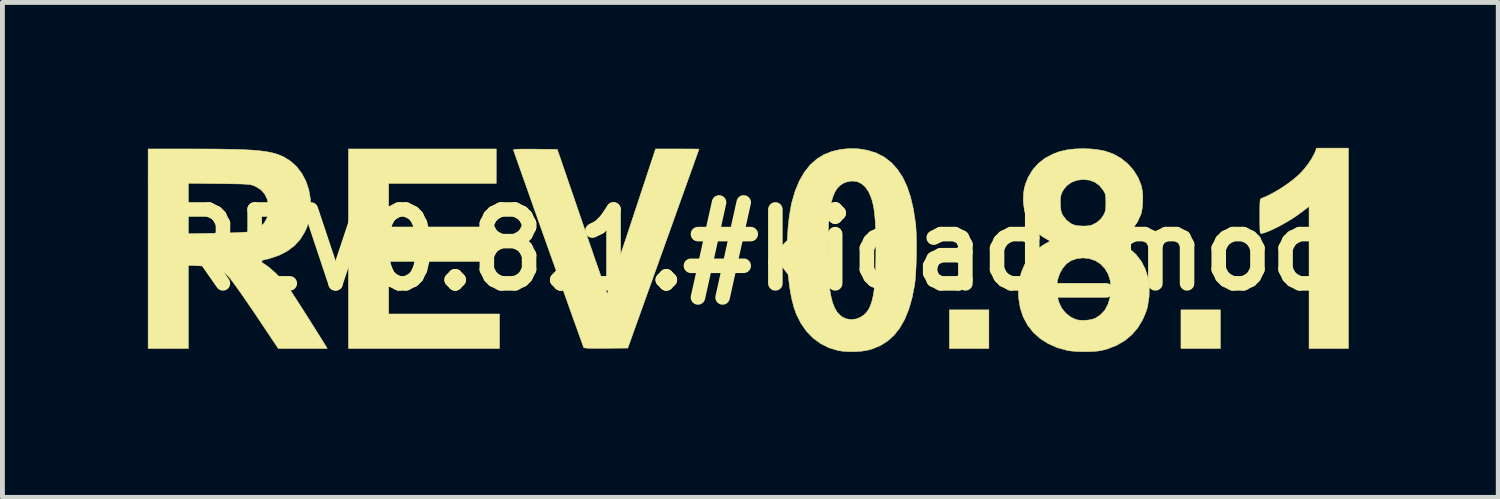
<source format=kicad_pcb>
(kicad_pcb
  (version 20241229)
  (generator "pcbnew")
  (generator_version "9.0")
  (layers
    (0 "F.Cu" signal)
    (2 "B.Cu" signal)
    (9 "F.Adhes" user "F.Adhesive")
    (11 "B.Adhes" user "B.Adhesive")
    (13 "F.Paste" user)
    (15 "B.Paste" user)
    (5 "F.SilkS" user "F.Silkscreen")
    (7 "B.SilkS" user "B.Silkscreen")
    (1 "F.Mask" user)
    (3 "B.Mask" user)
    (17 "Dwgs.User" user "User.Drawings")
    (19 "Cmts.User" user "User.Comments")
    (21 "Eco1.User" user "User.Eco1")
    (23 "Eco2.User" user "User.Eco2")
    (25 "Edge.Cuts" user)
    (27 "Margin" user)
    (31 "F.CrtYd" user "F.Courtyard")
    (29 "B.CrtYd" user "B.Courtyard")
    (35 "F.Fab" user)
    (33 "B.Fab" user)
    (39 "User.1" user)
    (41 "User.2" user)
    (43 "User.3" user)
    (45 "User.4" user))
  (footprint "REV0.8.1.#kicad_mod"
    (layer "F.Cu")
    (at 12.434 2.105)
    (property "Reference" "REV0.8.1.#kicad_mod" (at 0 0 0) (layer "F.SilkS") (effects (font (size 1.524 1.524) (thickness 0.3))))
    (attr through_hole)
    (fp_poly (pts (xy 4.911 2.032) (xy 4.098 2.032) (xy 4.098 1.236) (xy 4.911 1.236) (xy 4.911 2.032)) (stroke (width 0.01) (type solid)) (fill yes) (layer "F.SilkS"))
    (fp_poly (pts (xy 9.686 2.032) (xy 8.873 2.032) (xy 8.873 1.236) (xy 9.686 1.236) (xy 9.686 2.032)) (stroke (width 0.01) (type solid)) (fill yes) (layer "F.SilkS"))
    (fp_poly (pts (xy -5.249 -1.372) (xy -7.468 -1.372) (xy -7.468 -0.474) (xy -5.402 -0.474) (xy -5.402 0.237) (xy -7.468 0.237) (xy -7.468 1.321) (xy -5.182 1.321) (xy -5.182 2.032) (xy -8.297 2.032) (xy -8.297 -2.083) (xy -5.249 -2.083) (xy -5.249 -1.372)) (stroke (width 0.01) (type solid)) (fill yes) (layer "F.SilkS"))
    (fp_poly (pts (xy 12.327 -2.1) (xy 12.327 2.032) (xy 11.515 2.032) (xy 11.515 -0.897) (xy 11.328 -0.756) (xy 11.237 -0.691) (xy 11.133 -0.624) (xy 11.022 -0.558) (xy 10.91 -0.496) (xy 10.802 -0.441) (xy 10.702 -0.395) (xy 10.617 -0.361) (xy 10.551 -0.342) (xy 10.524 -0.339) (xy 10.515 -0.343) (xy 10.509 -0.358) (xy 10.504 -0.389) (xy 10.501 -0.439) (xy 10.5 -0.513) (xy 10.499 -0.613) (xy 10.499 -0.695) (xy 10.499 -0.814) (xy 10.5 -0.904) (xy 10.502 -0.968) (xy 10.505 -1.012) (xy 10.51 -1.039) (xy 10.517 -1.054) (xy 10.526 -1.061) (xy 10.528 -1.061) (xy 10.649 -1.112) (xy 10.784 -1.181) (xy 10.925 -1.265) (xy 11.063 -1.357) (xy 11.191 -1.453) (xy 11.3 -1.547) (xy 11.32 -1.566) (xy 11.411 -1.664) (xy 11.496 -1.773) (xy 11.569 -1.882) (xy 11.624 -1.984) (xy 11.64 -2.02) (xy 11.67 -2.1) (xy 11.999 -2.1) (xy 12.327 -2.1)) (stroke (width 0.01) (type solid)) (fill yes) (layer "F.SilkS"))
    (fp_poly (pts (xy -1.396 -2.083) (xy -1.289 -2.082) (xy -1.198 -2.082) (xy -1.128 -2.081) (xy -1.083 -2.08) (xy -1.067 -2.079) (xy -1.073 -2.062) (xy -1.089 -2.016) (xy -1.116 -1.942) (xy -1.152 -1.842) (xy -1.196 -1.717) (xy -1.249 -1.569) (xy -1.309 -1.402) (xy -1.376 -1.215) (xy -1.449 -1.012) (xy -1.527 -0.794) (xy -1.609 -0.563) (xy -1.696 -0.32) (xy -1.786 -0.069) (xy -1.802 -0.025) (xy -2.536 2.024) (xy -2.987 2.028) (xy -3.129 2.029) (xy -3.24 2.029) (xy -3.324 2.028) (xy -3.383 2.025) (xy -3.421 2.021) (xy -3.441 2.016) (xy -3.446 2.011) (xy -3.485 1.904) (xy -3.531 1.776) (xy -3.584 1.627) (xy -3.644 1.461) (xy -3.709 1.279) (xy -3.778 1.085) (xy -3.851 0.88) (xy -3.928 0.666) (xy -4.006 0.446) (xy -4.086 0.222) (xy -4.166 -0.003) (xy -4.246 -0.228) (xy -4.325 -0.45) (xy -4.402 -0.667) (xy -4.476 -0.876) (xy -4.547 -1.076) (xy -4.613 -1.264) (xy -4.675 -1.437) (xy -4.73 -1.594) (xy -4.779 -1.732) (xy -4.82 -1.849) (xy -4.853 -1.943) (xy -4.877 -2.011) (xy -4.89 -2.051) (xy -4.894 -2.062) (xy -4.887 -2.069) (xy -4.864 -2.074) (xy -4.823 -2.077) (xy -4.76 -2.079) (xy -4.671 -2.08) (xy -4.555 -2.08) (xy -4.442 -2.079) (xy -3.99 -2.074) (xy -3.481 -0.589) (xy -3.407 -0.374) (xy -3.336 -0.168) (xy -3.269 0.027) (xy -3.207 0.208) (xy -3.149 0.373) (xy -3.098 0.52) (xy -3.054 0.647) (xy -3.018 0.751) (xy -2.99 0.83) (xy -2.971 0.881) (xy -2.963 0.904) (xy -2.962 0.905) (xy -2.956 0.89) (xy -2.94 0.846) (xy -2.914 0.774) (xy -2.88 0.676) (xy -2.839 0.555) (xy -2.791 0.413) (xy -2.737 0.252) (xy -2.677 0.074) (xy -2.613 -0.118) (xy -2.545 -0.322) (xy -2.474 -0.537) (xy -2.458 -0.585) (xy -1.963 -2.083) (xy -1.515 -2.083) (xy -1.396 -2.083)) (stroke (width 0.01) (type solid)) (fill yes) (layer "F.SilkS"))
    (fp_poly (pts (xy -11.527 -2.083) (xy -11.248 -2.082) (xy -11.001 -2.081) (xy -10.782 -2.077) (xy -10.59 -2.073) (xy -10.421 -2.066) (xy -10.275 -2.058) (xy -10.147 -2.047) (xy -10.036 -2.034) (xy -9.94 -2.018) (xy -9.855 -2) (xy -9.779 -1.978) (xy -9.71 -1.953) (xy -9.646 -1.925) (xy -9.635 -1.92) (xy -9.49 -1.83) (xy -9.364 -1.715) (xy -9.258 -1.576) (xy -9.175 -1.418) (xy -9.116 -1.244) (xy -9.083 -1.057) (xy -9.077 -0.924) (xy -9.084 -0.758) (xy -9.109 -0.61) (xy -9.153 -0.472) (xy -9.197 -0.374) (xy -9.29 -0.222) (xy -9.41 -0.09) (xy -9.556 0.021) (xy -9.727 0.11) (xy -9.921 0.176) (xy -9.973 0.189) (xy -10.046 0.207) (xy -10.09 0.22) (xy -10.109 0.231) (xy -10.108 0.24) (xy -10.102 0.244) (xy -9.949 0.348) (xy -9.797 0.48) (xy -9.65 0.634) (xy -9.514 0.806) (xy -9.514 0.806) (xy -9.485 0.848) (xy -9.441 0.915) (xy -9.384 1.002) (xy -9.318 1.105) (xy -9.243 1.221) (xy -9.164 1.345) (xy -9.083 1.473) (xy -9.003 1.601) (xy -8.925 1.725) (xy -8.853 1.84) (xy -8.789 1.943) (xy -8.774 1.968) (xy -8.735 2.032) (xy -9.24 2.032) (xy -9.745 2.032) (xy -10.092 1.513) (xy -10.24 1.292) (xy -10.371 1.1) (xy -10.484 0.936) (xy -10.58 0.8) (xy -10.659 0.691) (xy -10.721 0.609) (xy -10.768 0.553) (xy -10.776 0.544) (xy -10.85 0.474) (xy -10.929 0.42) (xy -11.017 0.381) (xy -11.122 0.353) (xy -11.248 0.336) (xy -11.375 0.327) (xy -11.599 0.317) (xy -11.599 2.032) (xy -12.429 2.032) (xy -12.429 -0.333) (xy -11.599 -0.333) (xy -11.036 -0.344) (xy -10.896 -0.347) (xy -10.762 -0.351) (xy -10.639 -0.355) (xy -10.532 -0.36) (xy -10.446 -0.365) (xy -10.386 -0.37) (xy -10.366 -0.373) (xy -10.232 -0.41) (xy -10.122 -0.47) (xy -10.037 -0.552) (xy -9.978 -0.655) (xy -9.947 -0.777) (xy -9.945 -0.916) (xy -9.971 -1.044) (xy -10.024 -1.153) (xy -10.103 -1.242) (xy -10.208 -1.308) (xy -10.243 -1.323) (xy -10.269 -1.333) (xy -10.296 -1.341) (xy -10.326 -1.347) (xy -10.365 -1.352) (xy -10.416 -1.356) (xy -10.482 -1.359) (xy -10.567 -1.362) (xy -10.675 -1.364) (xy -10.809 -1.366) (xy -10.969 -1.368) (xy -11.599 -1.375) (xy -11.599 -0.333) (xy -12.429 -0.333) (xy -12.429 -2.083) (xy -11.527 -2.083)) (stroke (width 0.01) (type solid)) (fill yes) (layer "F.SilkS"))
    (fp_poly (pts (xy 2.229 -2.085) (xy 2.413 -2.054) (xy 2.585 -2) (xy 2.74 -1.923) (xy 2.764 -1.907) (xy 2.905 -1.796) (xy 3.028 -1.659) (xy 3.134 -1.497) (xy 3.223 -1.309) (xy 3.296 -1.092) (xy 3.353 -0.848) (xy 3.395 -0.574) (xy 3.405 -0.478) (xy 3.412 -0.377) (xy 3.417 -0.251) (xy 3.418 -0.108) (xy 3.417 0.045) (xy 3.414 0.201) (xy 3.409 0.353) (xy 3.401 0.493) (xy 3.392 0.615) (xy 3.381 0.712) (xy 3.379 0.726) (xy 3.327 0.99) (xy 3.259 1.225) (xy 3.175 1.431) (xy 3.074 1.608) (xy 2.956 1.758) (xy 2.821 1.88) (xy 2.669 1.975) (xy 2.498 2.044) (xy 2.42 2.065) (xy 2.303 2.086) (xy 2.168 2.096) (xy 2.028 2.098) (xy 1.897 2.089) (xy 1.801 2.074) (xy 1.612 2.017) (xy 1.439 1.93) (xy 1.284 1.815) (xy 1.148 1.675) (xy 1.033 1.509) (xy 0.939 1.321) (xy 0.889 1.179) (xy 0.841 0.989) (xy 0.803 0.774) (xy 0.775 0.539) (xy 0.758 0.291) (xy 0.751 0.037) (xy 0.752 0.017) (xy 1.592 0.017) (xy 1.594 0.266) (xy 1.602 0.483) (xy 1.615 0.672) (xy 1.633 0.834) (xy 1.658 0.973) (xy 1.689 1.09) (xy 1.727 1.187) (xy 1.772 1.268) (xy 1.795 1.299) (xy 1.873 1.374) (xy 1.967 1.42) (xy 2.069 1.436) (xy 2.176 1.423) (xy 2.253 1.393) (xy 2.32 1.352) (xy 2.378 1.299) (xy 2.427 1.233) (xy 2.468 1.15) (xy 2.502 1.049) (xy 2.529 0.928) (xy 2.55 0.783) (xy 2.565 0.614) (xy 2.575 0.417) (xy 2.58 0.19) (xy 2.581 0.017) (xy 2.58 -0.204) (xy 2.576 -0.395) (xy 2.57 -0.559) (xy 2.559 -0.7) (xy 2.545 -0.822) (xy 2.526 -0.928) (xy 2.503 -1.021) (xy 2.474 -1.105) (xy 2.439 -1.184) (xy 2.43 -1.202) (xy 2.363 -1.3) (xy 2.28 -1.37) (xy 2.185 -1.412) (xy 2.081 -1.422) (xy 1.972 -1.401) (xy 1.915 -1.378) (xy 1.849 -1.336) (xy 1.791 -1.28) (xy 1.742 -1.207) (xy 1.7 -1.116) (xy 1.667 -1.004) (xy 1.64 -0.87) (xy 1.619 -0.711) (xy 1.605 -0.526) (xy 1.596 -0.311) (xy 1.592 -0.066) (xy 1.592 0.017) (xy 0.752 0.017) (xy 0.755 -0.217) (xy 0.77 -0.465) (xy 0.796 -0.699) (xy 0.833 -0.913) (xy 0.846 -0.975) (xy 0.915 -1.212) (xy 1.001 -1.422) (xy 1.105 -1.602) (xy 1.226 -1.754) (xy 1.365 -1.877) (xy 1.506 -1.964) (xy 1.673 -2.031) (xy 1.853 -2.073) (xy 2.04 -2.091) (xy 2.229 -2.085)) (stroke (width 0.01) (type solid)) (fill yes) (layer "F.SilkS"))
    (fp_poly (pts (xy 7.016 -2.083) (xy 7.181 -2.064) (xy 7.303 -2.04) (xy 7.477 -1.979) (xy 7.636 -1.89) (xy 7.777 -1.776) (xy 7.897 -1.641) (xy 7.991 -1.488) (xy 8.054 -1.329) (xy 8.074 -1.231) (xy 8.085 -1.114) (xy 8.085 -0.99) (xy 8.076 -0.87) (xy 8.056 -0.766) (xy 8.046 -0.73) (xy 7.971 -0.569) (xy 7.869 -0.427) (xy 7.741 -0.305) (xy 7.65 -0.242) (xy 7.549 -0.18) (xy 7.65 -0.128) (xy 7.811 -0.028) (xy 7.946 0.094) (xy 8.055 0.235) (xy 8.137 0.394) (xy 8.192 0.568) (xy 8.219 0.757) (xy 8.216 0.957) (xy 8.184 1.168) (xy 8.178 1.194) (xy 8.162 1.247) (xy 8.135 1.318) (xy 8.101 1.396) (xy 8.083 1.437) (xy 7.986 1.601) (xy 7.863 1.745) (xy 7.716 1.868) (xy 7.547 1.967) (xy 7.358 2.041) (xy 7.227 2.075) (xy 7.146 2.087) (xy 7.041 2.094) (xy 6.923 2.098) (xy 6.801 2.097) (xy 6.685 2.091) (xy 6.586 2.082) (xy 6.536 2.074) (xy 6.325 2.016) (xy 6.136 1.933) (xy 5.969 1.827) (xy 5.827 1.699) (xy 5.711 1.551) (xy 5.621 1.385) (xy 5.559 1.2) (xy 5.526 0.999) (xy 5.52 0.872) (xy 5.529 0.739) (xy 6.308 0.739) (xy 6.309 0.874) (xy 6.314 0.919) (xy 6.353 1.073) (xy 6.414 1.202) (xy 6.499 1.307) (xy 6.606 1.388) (xy 6.704 1.434) (xy 6.774 1.449) (xy 6.863 1.453) (xy 6.958 1.447) (xy 7.045 1.43) (xy 7.109 1.408) (xy 7.219 1.334) (xy 7.305 1.24) (xy 7.368 1.122) (xy 7.41 0.979) (xy 7.417 0.94) (xy 7.43 0.779) (xy 7.414 0.631) (xy 7.372 0.498) (xy 7.304 0.382) (xy 7.212 0.287) (xy 7.106 0.22) (xy 6.983 0.178) (xy 6.852 0.164) (xy 6.721 0.179) (xy 6.603 0.221) (xy 6.512 0.285) (xy 6.435 0.374) (xy 6.374 0.483) (xy 6.331 0.607) (xy 6.308 0.739) (xy 5.529 0.739) (xy 5.535 0.664) (xy 5.577 0.473) (xy 5.648 0.302) (xy 5.747 0.149) (xy 5.873 0.015) (xy 6.028 -0.099) (xy 6.104 -0.143) (xy 6.149 -0.168) (xy 6.166 -0.184) (xy 6.16 -0.194) (xy 6.153 -0.197) (xy 6.123 -0.212) (xy 6.075 -0.239) (xy 6.019 -0.273) (xy 6.017 -0.274) (xy 5.885 -0.376) (xy 5.778 -0.499) (xy 5.699 -0.642) (xy 5.647 -0.802) (xy 5.623 -0.979) (xy 5.622 -1.029) (xy 6.385 -1.029) (xy 6.386 -0.952) (xy 6.387 -0.94) (xy 6.392 -0.859) (xy 6.4 -0.801) (xy 6.415 -0.756) (xy 6.438 -0.711) (xy 6.44 -0.707) (xy 6.513 -0.613) (xy 6.607 -0.542) (xy 6.667 -0.515) (xy 6.73 -0.501) (xy 6.812 -0.494) (xy 6.9 -0.493) (xy 6.979 -0.5) (xy 7.029 -0.511) (xy 7.136 -0.564) (xy 7.224 -0.643) (xy 7.274 -0.714) (xy 7.297 -0.758) (xy 7.311 -0.798) (xy 7.32 -0.841) (xy 7.323 -0.899) (xy 7.324 -0.975) (xy 7.323 -1.055) (xy 7.32 -1.11) (xy 7.312 -1.15) (xy 7.297 -1.186) (xy 7.274 -1.225) (xy 7.273 -1.228) (xy 7.194 -1.327) (xy 7.098 -1.398) (xy 6.987 -1.439) (xy 6.982 -1.44) (xy 6.85 -1.453) (xy 6.726 -1.437) (xy 6.615 -1.395) (xy 6.52 -1.328) (xy 6.447 -1.238) (xy 6.418 -1.182) (xy 6.399 -1.133) (xy 6.389 -1.086) (xy 6.385 -1.029) (xy 5.622 -1.029) (xy 5.622 -1.036) (xy 5.626 -1.164) (xy 5.642 -1.274) (xy 5.673 -1.378) (xy 5.72 -1.492) (xy 5.726 -1.505) (xy 5.817 -1.655) (xy 5.934 -1.786) (xy 6.076 -1.896) (xy 6.243 -1.983) (xy 6.373 -2.03) (xy 6.512 -2.062) (xy 6.672 -2.082) (xy 6.843 -2.089) (xy 7.016 -2.083)) (stroke (width 0.01) (type solid)) (fill yes) (layer "F.SilkS")))
  (gr_rect
    (start -3 -3)
    (end 27.851 7.208)
    (stroke (width 0.1) (type default))
    (fill no)
    (layer "Edge.Cuts")))
</source>
